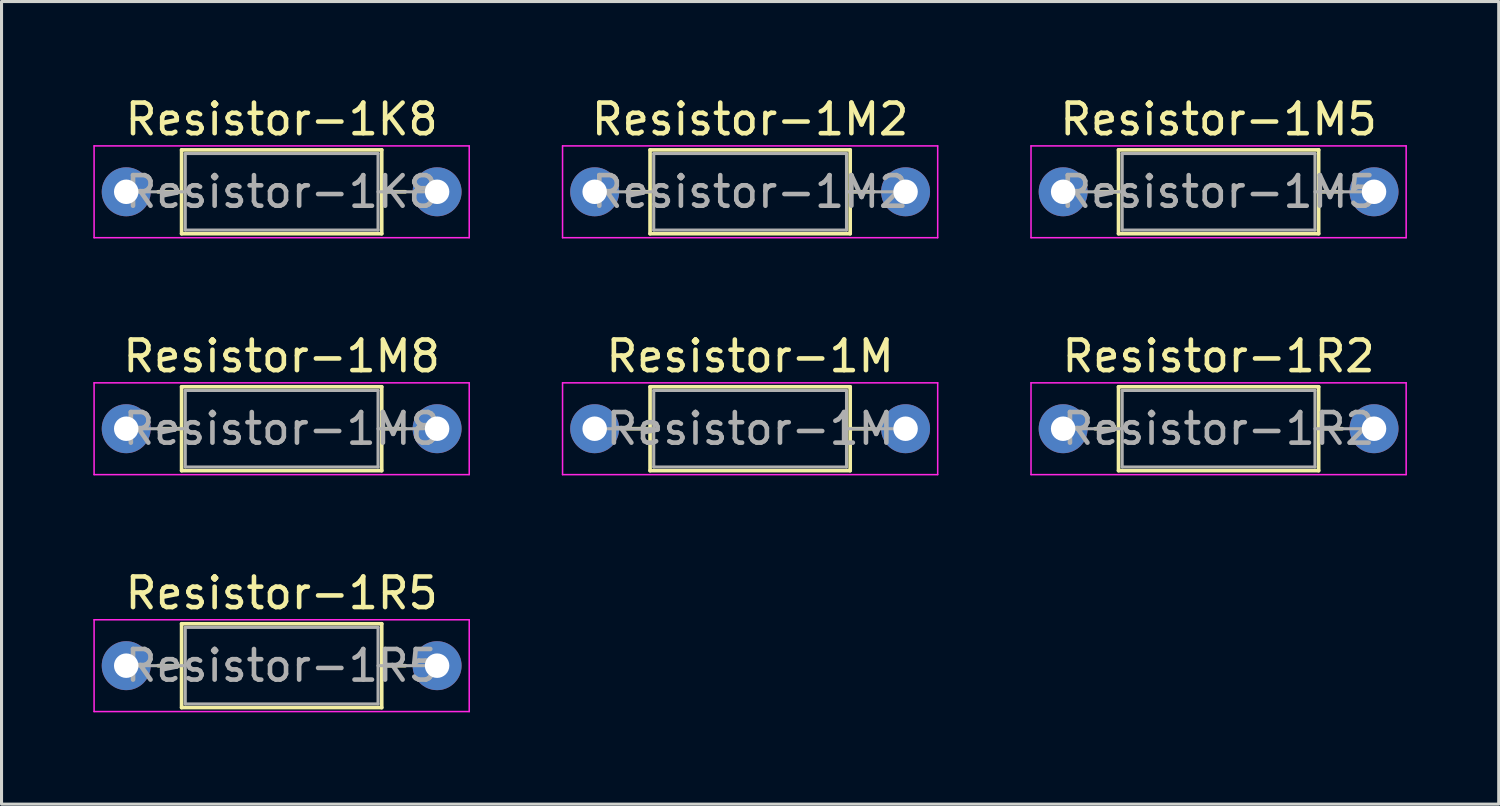
<source format=kicad_pcb>
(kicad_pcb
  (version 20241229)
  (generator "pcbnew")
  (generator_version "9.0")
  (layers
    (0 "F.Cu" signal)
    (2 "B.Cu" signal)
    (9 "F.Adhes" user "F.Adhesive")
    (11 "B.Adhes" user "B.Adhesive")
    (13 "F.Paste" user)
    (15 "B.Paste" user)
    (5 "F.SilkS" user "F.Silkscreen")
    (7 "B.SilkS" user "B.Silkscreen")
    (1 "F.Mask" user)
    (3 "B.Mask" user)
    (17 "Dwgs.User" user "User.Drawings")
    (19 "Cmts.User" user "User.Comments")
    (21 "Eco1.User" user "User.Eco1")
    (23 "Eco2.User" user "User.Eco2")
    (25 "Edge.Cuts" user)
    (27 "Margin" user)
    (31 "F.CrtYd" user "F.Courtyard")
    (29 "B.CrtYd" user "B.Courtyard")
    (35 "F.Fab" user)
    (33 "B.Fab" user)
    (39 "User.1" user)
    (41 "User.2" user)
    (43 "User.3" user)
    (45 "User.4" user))
  (footprint "Resistor-1M2"
    (layer "F.Cu")
    (at 21.465 3.218)
    (property "Reference" "Resistor-1M2" (at 0 -2.37 0) (layer "F.SilkS") (effects (font (size 1 1) (thickness 0.15))))
    (attr through_hole)
    (fp_line (start -4.04 0) (end -3.27 0) (stroke (width 0.12) (type solid)) (layer "F.SilkS"))
    (fp_line (start -3.27 -1.37) (end -3.27 1.37) (stroke (width 0.12) (type solid)) (layer "F.SilkS"))
    (fp_line (start -3.27 1.37) (end 3.27 1.37) (stroke (width 0.12) (type solid)) (layer "F.SilkS"))
    (fp_line (start 3.27 -1.37) (end -3.27 -1.37) (stroke (width 0.12) (type solid)) (layer "F.SilkS"))
    (fp_line (start 3.27 1.37) (end 3.27 -1.37) (stroke (width 0.12) (type solid)) (layer "F.SilkS"))
    (fp_line (start 4.04 0) (end 3.27 0) (stroke (width 0.12) (type solid)) (layer "F.SilkS"))
    (fp_line (start -6.13 -1.5) (end -6.13 1.5) (stroke (width 0.05) (type solid)) (layer "F.CrtYd"))
    (fp_line (start -6.13 1.5) (end 6.13 1.5) (stroke (width 0.05) (type solid)) (layer "F.CrtYd"))
    (fp_line (start 6.13 -1.5) (end -6.13 -1.5) (stroke (width 0.05) (type solid)) (layer "F.CrtYd"))
    (fp_line (start 6.13 1.5) (end 6.13 -1.5) (stroke (width 0.05) (type solid)) (layer "F.CrtYd"))
    (fp_line (start -5.08 0) (end -3.15 0) (stroke (width 0.1) (type solid)) (layer "F.Fab"))
    (fp_line (start -3.15 -1.25) (end -3.15 1.25) (stroke (width 0.1) (type solid)) (layer "F.Fab"))
    (fp_line (start -3.15 1.25) (end 3.15 1.25) (stroke (width 0.1) (type solid)) (layer "F.Fab"))
    (fp_line (start 3.15 -1.25) (end -3.15 -1.25) (stroke (width 0.1) (type solid)) (layer "F.Fab"))
    (fp_line (start 3.15 1.25) (end 3.15 -1.25) (stroke (width 0.1) (type solid)) (layer "F.Fab"))
    (fp_line (start 5.08 0) (end 3.15 0) (stroke (width 0.1) (type solid)) (layer "F.Fab"))
    (fp_text user "${REFERENCE}" (at 0 0 0) (layer "F.Fab") (effects (font (size 1 1) (thickness 0.15))))
    (pad "1" thru_hole circle (at -5.08 0) (size 1.6 1.6) (drill 0.8) (layers "*.Cu" "*.Mask"))
    (pad "2" thru_hole oval (at 5.08 0) (size 1.6 1.6) (drill 0.8) (layers "*.Cu" "*.Mask")))
  (footprint "Resistor-1R2"
    (layer "F.Cu")
    (at 36.775 10.961)
    (property "Reference" "Resistor-1R2" (at 0 -2.37 0) (layer "F.SilkS") (effects (font (size 1 1) (thickness 0.15))))
    (attr through_hole)
    (fp_line (start -4.04 0) (end -3.27 0) (stroke (width 0.12) (type solid)) (layer "F.SilkS"))
    (fp_line (start -3.27 -1.37) (end -3.27 1.37) (stroke (width 0.12) (type solid)) (layer "F.SilkS"))
    (fp_line (start -3.27 1.37) (end 3.27 1.37) (stroke (width 0.12) (type solid)) (layer "F.SilkS"))
    (fp_line (start 3.27 -1.37) (end -3.27 -1.37) (stroke (width 0.12) (type solid)) (layer "F.SilkS"))
    (fp_line (start 3.27 1.37) (end 3.27 -1.37) (stroke (width 0.12) (type solid)) (layer "F.SilkS"))
    (fp_line (start 4.04 0) (end 3.27 0) (stroke (width 0.12) (type solid)) (layer "F.SilkS"))
    (fp_line (start -6.13 -1.5) (end -6.13 1.5) (stroke (width 0.05) (type solid)) (layer "F.CrtYd"))
    (fp_line (start -6.13 1.5) (end 6.13 1.5) (stroke (width 0.05) (type solid)) (layer "F.CrtYd"))
    (fp_line (start 6.13 -1.5) (end -6.13 -1.5) (stroke (width 0.05) (type solid)) (layer "F.CrtYd"))
    (fp_line (start 6.13 1.5) (end 6.13 -1.5) (stroke (width 0.05) (type solid)) (layer "F.CrtYd"))
    (fp_line (start -5.08 0) (end -3.15 0) (stroke (width 0.1) (type solid)) (layer "F.Fab"))
    (fp_line (start -3.15 -1.25) (end -3.15 1.25) (stroke (width 0.1) (type solid)) (layer "F.Fab"))
    (fp_line (start -3.15 1.25) (end 3.15 1.25) (stroke (width 0.1) (type solid)) (layer "F.Fab"))
    (fp_line (start 3.15 -1.25) (end -3.15 -1.25) (stroke (width 0.1) (type solid)) (layer "F.Fab"))
    (fp_line (start 3.15 1.25) (end 3.15 -1.25) (stroke (width 0.1) (type solid)) (layer "F.Fab"))
    (fp_line (start 5.08 0) (end 3.15 0) (stroke (width 0.1) (type solid)) (layer "F.Fab"))
    (fp_text user "${REFERENCE}" (at 0 0 0) (layer "F.Fab") (effects (font (size 1 1) (thickness 0.15))))
    (pad "1" thru_hole circle (at -5.08 0) (size 1.6 1.6) (drill 0.8) (layers "*.Cu" "*.Mask"))
    (pad "2" thru_hole oval (at 5.08 0) (size 1.6 1.6) (drill 0.8) (layers "*.Cu" "*.Mask")))
  (footprint "Resistor-1M"
    (layer "F.Cu")
    (at 21.465 10.961)
    (property "Reference" "Resistor-1M" (at 0 -2.37 0) (layer "F.SilkS") (effects (font (size 1 1) (thickness 0.15))))
    (attr through_hole)
    (fp_line (start -4.04 0) (end -3.27 0) (stroke (width 0.12) (type solid)) (layer "F.SilkS"))
    (fp_line (start -3.27 -1.37) (end -3.27 1.37) (stroke (width 0.12) (type solid)) (layer "F.SilkS"))
    (fp_line (start -3.27 1.37) (end 3.27 1.37) (stroke (width 0.12) (type solid)) (layer "F.SilkS"))
    (fp_line (start 3.27 -1.37) (end -3.27 -1.37) (stroke (width 0.12) (type solid)) (layer "F.SilkS"))
    (fp_line (start 3.27 1.37) (end 3.27 -1.37) (stroke (width 0.12) (type solid)) (layer "F.SilkS"))
    (fp_line (start 4.04 0) (end 3.27 0) (stroke (width 0.12) (type solid)) (layer "F.SilkS"))
    (fp_line (start -6.13 -1.5) (end -6.13 1.5) (stroke (width 0.05) (type solid)) (layer "F.CrtYd"))
    (fp_line (start -6.13 1.5) (end 6.13 1.5) (stroke (width 0.05) (type solid)) (layer "F.CrtYd"))
    (fp_line (start 6.13 -1.5) (end -6.13 -1.5) (stroke (width 0.05) (type solid)) (layer "F.CrtYd"))
    (fp_line (start 6.13 1.5) (end 6.13 -1.5) (stroke (width 0.05) (type solid)) (layer "F.CrtYd"))
    (fp_line (start -5.08 0) (end -3.15 0) (stroke (width 0.1) (type solid)) (layer "F.Fab"))
    (fp_line (start -3.15 -1.25) (end -3.15 1.25) (stroke (width 0.1) (type solid)) (layer "F.Fab"))
    (fp_line (start -3.15 1.25) (end 3.15 1.25) (stroke (width 0.1) (type solid)) (layer "F.Fab"))
    (fp_line (start 3.15 -1.25) (end -3.15 -1.25) (stroke (width 0.1) (type solid)) (layer "F.Fab"))
    (fp_line (start 3.15 1.25) (end 3.15 -1.25) (stroke (width 0.1) (type solid)) (layer "F.Fab"))
    (fp_line (start 5.08 0) (end 3.15 0) (stroke (width 0.1) (type solid)) (layer "F.Fab"))
    (fp_text user "${REFERENCE}" (at 0 0 0) (layer "F.Fab") (effects (font (size 1 1) (thickness 0.15))))
    (pad "1" thru_hole circle (at -5.08 0) (size 1.6 1.6) (drill 0.8) (layers "*.Cu" "*.Mask"))
    (pad "2" thru_hole oval (at 5.08 0) (size 1.6 1.6) (drill 0.8) (layers "*.Cu" "*.Mask")))
  (footprint "Resistor-1M8"
    (layer "F.Cu")
    (at 6.155 10.961)
    (property "Reference" "Resistor-1M8" (at 0 -2.37 0) (layer "F.SilkS") (effects (font (size 1 1) (thickness 0.15))))
    (attr through_hole)
    (fp_line (start -4.04 0) (end -3.27 0) (stroke (width 0.12) (type solid)) (layer "F.SilkS"))
    (fp_line (start -3.27 -1.37) (end -3.27 1.37) (stroke (width 0.12) (type solid)) (layer "F.SilkS"))
    (fp_line (start -3.27 1.37) (end 3.27 1.37) (stroke (width 0.12) (type solid)) (layer "F.SilkS"))
    (fp_line (start 3.27 -1.37) (end -3.27 -1.37) (stroke (width 0.12) (type solid)) (layer "F.SilkS"))
    (fp_line (start 3.27 1.37) (end 3.27 -1.37) (stroke (width 0.12) (type solid)) (layer "F.SilkS"))
    (fp_line (start 4.04 0) (end 3.27 0) (stroke (width 0.12) (type solid)) (layer "F.SilkS"))
    (fp_line (start -6.13 -1.5) (end -6.13 1.5) (stroke (width 0.05) (type solid)) (layer "F.CrtYd"))
    (fp_line (start -6.13 1.5) (end 6.13 1.5) (stroke (width 0.05) (type solid)) (layer "F.CrtYd"))
    (fp_line (start 6.13 -1.5) (end -6.13 -1.5) (stroke (width 0.05) (type solid)) (layer "F.CrtYd"))
    (fp_line (start 6.13 1.5) (end 6.13 -1.5) (stroke (width 0.05) (type solid)) (layer "F.CrtYd"))
    (fp_line (start -5.08 0) (end -3.15 0) (stroke (width 0.1) (type solid)) (layer "F.Fab"))
    (fp_line (start -3.15 -1.25) (end -3.15 1.25) (stroke (width 0.1) (type solid)) (layer "F.Fab"))
    (fp_line (start -3.15 1.25) (end 3.15 1.25) (stroke (width 0.1) (type solid)) (layer "F.Fab"))
    (fp_line (start 3.15 -1.25) (end -3.15 -1.25) (stroke (width 0.1) (type solid)) (layer "F.Fab"))
    (fp_line (start 3.15 1.25) (end 3.15 -1.25) (stroke (width 0.1) (type solid)) (layer "F.Fab"))
    (fp_line (start 5.08 0) (end 3.15 0) (stroke (width 0.1) (type solid)) (layer "F.Fab"))
    (fp_text user "${REFERENCE}" (at 0 0 0) (layer "F.Fab") (effects (font (size 1 1) (thickness 0.15))))
    (pad "1" thru_hole circle (at -5.08 0) (size 1.6 1.6) (drill 0.8) (layers "*.Cu" "*.Mask"))
    (pad "2" thru_hole oval (at 5.08 0) (size 1.6 1.6) (drill 0.8) (layers "*.Cu" "*.Mask")))
  (footprint "Resistor-1R5"
    (layer "F.Cu")
    (at 6.155 18.705)
    (property "Reference" "Resistor-1R5" (at 0 -2.37 0) (layer "F.SilkS") (effects (font (size 1 1) (thickness 0.15))))
    (attr through_hole)
    (fp_line (start -4.04 0) (end -3.27 0) (stroke (width 0.12) (type solid)) (layer "F.SilkS"))
    (fp_line (start -3.27 -1.37) (end -3.27 1.37) (stroke (width 0.12) (type solid)) (layer "F.SilkS"))
    (fp_line (start -3.27 1.37) (end 3.27 1.37) (stroke (width 0.12) (type solid)) (layer "F.SilkS"))
    (fp_line (start 3.27 -1.37) (end -3.27 -1.37) (stroke (width 0.12) (type solid)) (layer "F.SilkS"))
    (fp_line (start 3.27 1.37) (end 3.27 -1.37) (stroke (width 0.12) (type solid)) (layer "F.SilkS"))
    (fp_line (start 4.04 0) (end 3.27 0) (stroke (width 0.12) (type solid)) (layer "F.SilkS"))
    (fp_line (start -6.13 -1.5) (end -6.13 1.5) (stroke (width 0.05) (type solid)) (layer "F.CrtYd"))
    (fp_line (start -6.13 1.5) (end 6.13 1.5) (stroke (width 0.05) (type solid)) (layer "F.CrtYd"))
    (fp_line (start 6.13 -1.5) (end -6.13 -1.5) (stroke (width 0.05) (type solid)) (layer "F.CrtYd"))
    (fp_line (start 6.13 1.5) (end 6.13 -1.5) (stroke (width 0.05) (type solid)) (layer "F.CrtYd"))
    (fp_line (start -5.08 0) (end -3.15 0) (stroke (width 0.1) (type solid)) (layer "F.Fab"))
    (fp_line (start -3.15 -1.25) (end -3.15 1.25) (stroke (width 0.1) (type solid)) (layer "F.Fab"))
    (fp_line (start -3.15 1.25) (end 3.15 1.25) (stroke (width 0.1) (type solid)) (layer "F.Fab"))
    (fp_line (start 3.15 -1.25) (end -3.15 -1.25) (stroke (width 0.1) (type solid)) (layer "F.Fab"))
    (fp_line (start 3.15 1.25) (end 3.15 -1.25) (stroke (width 0.1) (type solid)) (layer "F.Fab"))
    (fp_line (start 5.08 0) (end 3.15 0) (stroke (width 0.1) (type solid)) (layer "F.Fab"))
    (fp_text user "${REFERENCE}" (at 0 0 0) (layer "F.Fab") (effects (font (size 1 1) (thickness 0.15))))
    (pad "1" thru_hole circle (at -5.08 0) (size 1.6 1.6) (drill 0.8) (layers "*.Cu" "*.Mask"))
    (pad "2" thru_hole oval (at 5.08 0) (size 1.6 1.6) (drill 0.8) (layers "*.Cu" "*.Mask")))
  (footprint "Resistor-1M5"
    (layer "F.Cu")
    (at 36.775 3.218)
    (property "Reference" "Resistor-1M5" (at 0 -2.37 0) (layer "F.SilkS") (effects (font (size 1 1) (thickness 0.15))))
    (attr through_hole)
    (fp_line (start -4.04 0) (end -3.27 0) (stroke (width 0.12) (type solid)) (layer "F.SilkS"))
    (fp_line (start -3.27 -1.37) (end -3.27 1.37) (stroke (width 0.12) (type solid)) (layer "F.SilkS"))
    (fp_line (start -3.27 1.37) (end 3.27 1.37) (stroke (width 0.12) (type solid)) (layer "F.SilkS"))
    (fp_line (start 3.27 -1.37) (end -3.27 -1.37) (stroke (width 0.12) (type solid)) (layer "F.SilkS"))
    (fp_line (start 3.27 1.37) (end 3.27 -1.37) (stroke (width 0.12) (type solid)) (layer "F.SilkS"))
    (fp_line (start 4.04 0) (end 3.27 0) (stroke (width 0.12) (type solid)) (layer "F.SilkS"))
    (fp_line (start -6.13 -1.5) (end -6.13 1.5) (stroke (width 0.05) (type solid)) (layer "F.CrtYd"))
    (fp_line (start -6.13 1.5) (end 6.13 1.5) (stroke (width 0.05) (type solid)) (layer "F.CrtYd"))
    (fp_line (start 6.13 -1.5) (end -6.13 -1.5) (stroke (width 0.05) (type solid)) (layer "F.CrtYd"))
    (fp_line (start 6.13 1.5) (end 6.13 -1.5) (stroke (width 0.05) (type solid)) (layer "F.CrtYd"))
    (fp_line (start -5.08 0) (end -3.15 0) (stroke (width 0.1) (type solid)) (layer "F.Fab"))
    (fp_line (start -3.15 -1.25) (end -3.15 1.25) (stroke (width 0.1) (type solid)) (layer "F.Fab"))
    (fp_line (start -3.15 1.25) (end 3.15 1.25) (stroke (width 0.1) (type solid)) (layer "F.Fab"))
    (fp_line (start 3.15 -1.25) (end -3.15 -1.25) (stroke (width 0.1) (type solid)) (layer "F.Fab"))
    (fp_line (start 3.15 1.25) (end 3.15 -1.25) (stroke (width 0.1) (type solid)) (layer "F.Fab"))
    (fp_line (start 5.08 0) (end 3.15 0) (stroke (width 0.1) (type solid)) (layer "F.Fab"))
    (fp_text user "${REFERENCE}" (at 0 0 0) (layer "F.Fab") (effects (font (size 1 1) (thickness 0.15))))
    (pad "1" thru_hole circle (at -5.08 0) (size 1.6 1.6) (drill 0.8) (layers "*.Cu" "*.Mask"))
    (pad "2" thru_hole oval (at 5.08 0) (size 1.6 1.6) (drill 0.8) (layers "*.Cu" "*.Mask")))
  (footprint "Resistor-1K8"
    (layer "F.Cu")
    (at 6.155 3.218)
    (property "Reference" "Resistor-1K8" (at 0 -2.37 0) (layer "F.SilkS") (effects (font (size 1 1) (thickness 0.15))))
    (attr through_hole)
    (fp_line (start -4.04 0) (end -3.27 0) (stroke (width 0.12) (type solid)) (layer "F.SilkS"))
    (fp_line (start -3.27 -1.37) (end -3.27 1.37) (stroke (width 0.12) (type solid)) (layer "F.SilkS"))
    (fp_line (start -3.27 1.37) (end 3.27 1.37) (stroke (width 0.12) (type solid)) (layer "F.SilkS"))
    (fp_line (start 3.27 -1.37) (end -3.27 -1.37) (stroke (width 0.12) (type solid)) (layer "F.SilkS"))
    (fp_line (start 3.27 1.37) (end 3.27 -1.37) (stroke (width 0.12) (type solid)) (layer "F.SilkS"))
    (fp_line (start 4.04 0) (end 3.27 0) (stroke (width 0.12) (type solid)) (layer "F.SilkS"))
    (fp_line (start -6.13 -1.5) (end -6.13 1.5) (stroke (width 0.05) (type solid)) (layer "F.CrtYd"))
    (fp_line (start -6.13 1.5) (end 6.13 1.5) (stroke (width 0.05) (type solid)) (layer "F.CrtYd"))
    (fp_line (start 6.13 -1.5) (end -6.13 -1.5) (stroke (width 0.05) (type solid)) (layer "F.CrtYd"))
    (fp_line (start 6.13 1.5) (end 6.13 -1.5) (stroke (width 0.05) (type solid)) (layer "F.CrtYd"))
    (fp_line (start -5.08 0) (end -3.15 0) (stroke (width 0.1) (type solid)) (layer "F.Fab"))
    (fp_line (start -3.15 -1.25) (end -3.15 1.25) (stroke (width 0.1) (type solid)) (layer "F.Fab"))
    (fp_line (start -3.15 1.25) (end 3.15 1.25) (stroke (width 0.1) (type solid)) (layer "F.Fab"))
    (fp_line (start 3.15 -1.25) (end -3.15 -1.25) (stroke (width 0.1) (type solid)) (layer "F.Fab"))
    (fp_line (start 3.15 1.25) (end 3.15 -1.25) (stroke (width 0.1) (type solid)) (layer "F.Fab"))
    (fp_line (start 5.08 0) (end 3.15 0) (stroke (width 0.1) (type solid)) (layer "F.Fab"))
    (fp_text user "${REFERENCE}" (at 0 0 0) (layer "F.Fab") (effects (font (size 1 1) (thickness 0.15))))
    (pad "1" thru_hole circle (at -5.08 0) (size 1.6 1.6) (drill 0.8) (layers "*.Cu" "*.Mask"))
    (pad "2" thru_hole oval (at 5.08 0) (size 1.6 1.6) (drill 0.8) (layers "*.Cu" "*.Mask")))
  (gr_rect
    (start -3 -3)
    (end 45.93 23.23)
    (stroke (width 0.1) (type default))
    (fill no)
    (layer "Edge.Cuts")))
</source>
